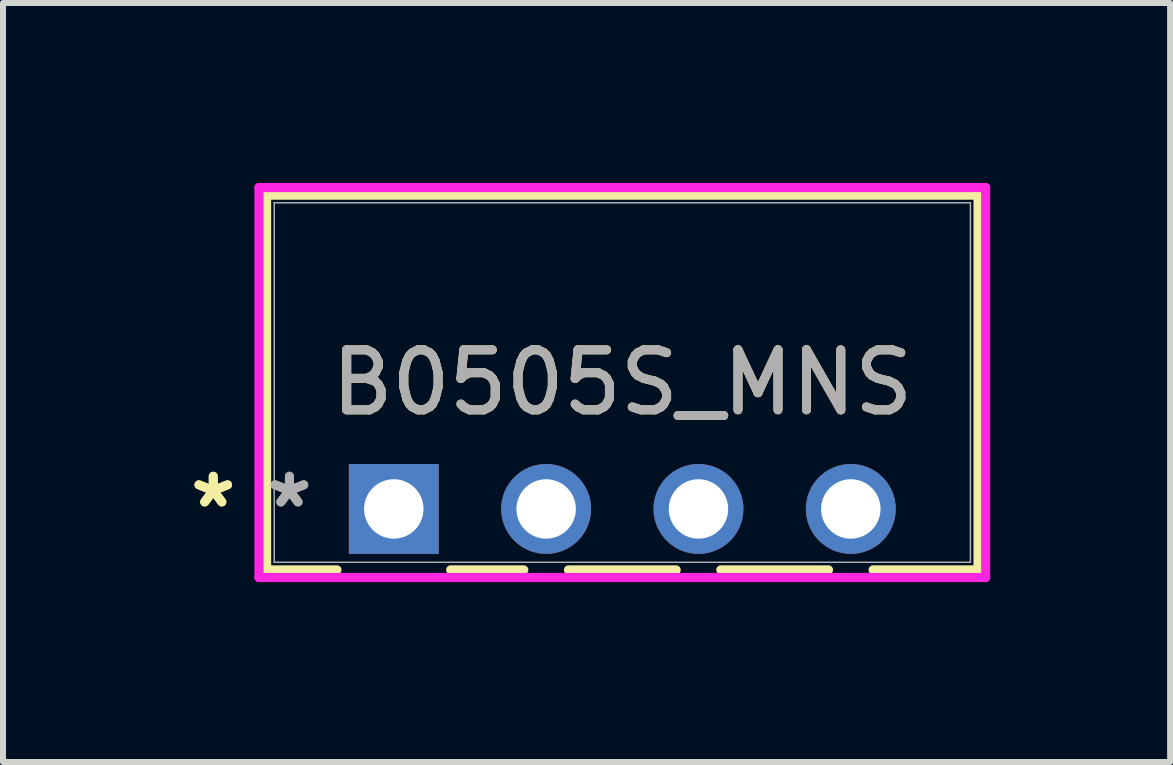
<source format=kicad_pcb>
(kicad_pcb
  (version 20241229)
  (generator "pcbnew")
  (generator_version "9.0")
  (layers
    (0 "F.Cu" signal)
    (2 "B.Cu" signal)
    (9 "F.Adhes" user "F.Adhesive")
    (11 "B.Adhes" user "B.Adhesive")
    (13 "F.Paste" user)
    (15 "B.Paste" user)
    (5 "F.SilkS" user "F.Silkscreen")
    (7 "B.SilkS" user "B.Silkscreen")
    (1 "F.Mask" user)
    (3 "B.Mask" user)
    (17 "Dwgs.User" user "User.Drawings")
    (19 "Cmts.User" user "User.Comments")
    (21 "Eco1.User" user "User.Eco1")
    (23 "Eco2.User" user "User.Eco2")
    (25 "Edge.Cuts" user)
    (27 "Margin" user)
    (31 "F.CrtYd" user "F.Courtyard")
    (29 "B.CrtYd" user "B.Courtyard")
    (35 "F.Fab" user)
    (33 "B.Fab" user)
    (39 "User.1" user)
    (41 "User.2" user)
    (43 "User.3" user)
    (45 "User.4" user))
  (footprint "B0505S_MNS"
    (layer "F.Cu")
    (at 3.516 5.436)
    (property "Reference" "B0505S_MNS" (at 3.81 -2.108 0) (unlocked yes) (layer "F.SilkS") (effects (font (size 1 1) (thickness 0.15))))
    (attr through_hole)
    (fp_line (start -2.121 -5.232) (end -2.121 1.016) (stroke (width 0.152) (type solid)) (layer "F.SilkS"))
    (fp_line (start -2.121 1.016) (end -0.948 1.016) (stroke (width 0.152) (type solid)) (layer "F.SilkS"))
    (fp_line (start 0.948 1.016) (end 2.168 1.016) (stroke (width 0.152) (type solid)) (layer "F.SilkS"))
    (fp_line (start 2.912 1.016) (end 4.708 1.016) (stroke (width 0.152) (type solid)) (layer "F.SilkS"))
    (fp_line (start 5.452 1.016) (end 7.248 1.016) (stroke (width 0.152) (type solid)) (layer "F.SilkS"))
    (fp_line (start 7.992 1.016) (end 9.741 1.016) (stroke (width 0.152) (type solid)) (layer "F.SilkS"))
    (fp_line (start 9.741 -5.232) (end -2.121 -5.232) (stroke (width 0.152) (type solid)) (layer "F.SilkS"))
    (fp_line (start 9.741 1.016) (end 9.741 -5.232) (stroke (width 0.152) (type solid)) (layer "F.SilkS"))
    (fp_line (start -2.248 -5.359) (end 9.868 -5.359) (stroke (width 0.152) (type solid)) (layer "F.CrtYd"))
    (fp_line (start -2.248 1.143) (end -2.248 -5.359) (stroke (width 0.152) (type solid)) (layer "F.CrtYd"))
    (fp_line (start 9.868 -5.359) (end 9.868 1.143) (stroke (width 0.152) (type solid)) (layer "F.CrtYd"))
    (fp_line (start 9.868 1.143) (end -2.248 1.143) (stroke (width 0.152) (type solid)) (layer "F.CrtYd"))
    (fp_line (start -1.994 -5.105) (end -1.994 0.889) (stroke (width 0.025) (type solid)) (layer "F.Fab"))
    (fp_line (start -1.994 0.889) (end 9.614 0.889) (stroke (width 0.025) (type solid)) (layer "F.Fab"))
    (fp_line (start 9.614 -5.105) (end -1.994 -5.105) (stroke (width 0.025) (type solid)) (layer "F.Fab"))
    (fp_line (start 9.614 0.889) (end 9.614 -5.105) (stroke (width 0.025) (type solid)) (layer "F.Fab"))
    (fp_text user "*" (at -3.01 0 0) (unlocked yes) (layer "F.SilkS") (effects (font (size 1 1) (thickness 0.15))))
    (fp_text user "*" (at -3.01 0 0) (layer "F.SilkS") (effects (font (size 1 1) (thickness 0.15))))
    (fp_text user "*" (at -1.74 0 0) (unlocked yes) (layer "F.Fab") (effects (font (size 1 1) (thickness 0.15))))
    (fp_text user "${REFERENCE}" (at 3.81 -2.108 0) (unlocked yes) (layer "F.Fab") (effects (font (size 1 1) (thickness 0.15))))
    (fp_text user "*" (at -1.74 0 0) (layer "F.Fab") (effects (font (size 1 1) (thickness 0.15))))
    (pad "1" thru_hole rect (at 0 0) (size 1.499 1.499) (drill 0.991) (layers "*.Cu" "*.Mask"))
    (pad "2" thru_hole circle (at 2.54 0) (size 1.499 1.499) (drill 0.991) (layers "*.Cu" "*.Mask"))
    (pad "3" thru_hole circle (at 5.08 0) (size 1.499 1.499) (drill 0.991) (layers "*.Cu" "*.Mask"))
    (pad "4" thru_hole circle (at 7.62 0) (size 1.499 1.499) (drill 0.991) (layers "*.Cu" "*.Mask")))
  (gr_rect
    (start -3 -3)
    (end 16.46 9.655)
    (stroke (width 0.1) (type default))
    (fill no)
    (layer "Edge.Cuts")))
</source>
